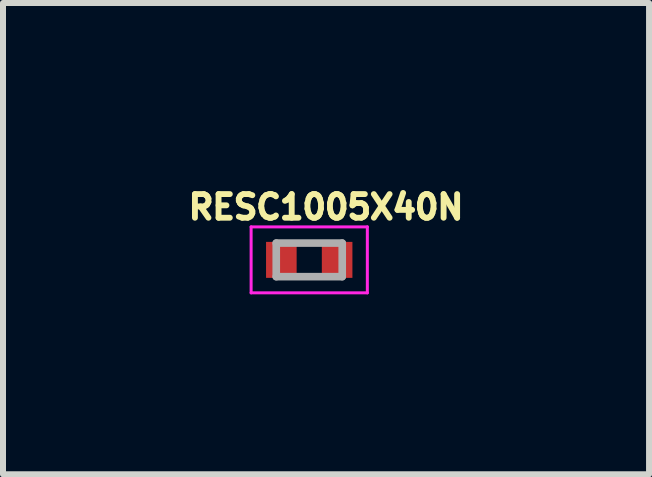
<source format=kicad_pcb>
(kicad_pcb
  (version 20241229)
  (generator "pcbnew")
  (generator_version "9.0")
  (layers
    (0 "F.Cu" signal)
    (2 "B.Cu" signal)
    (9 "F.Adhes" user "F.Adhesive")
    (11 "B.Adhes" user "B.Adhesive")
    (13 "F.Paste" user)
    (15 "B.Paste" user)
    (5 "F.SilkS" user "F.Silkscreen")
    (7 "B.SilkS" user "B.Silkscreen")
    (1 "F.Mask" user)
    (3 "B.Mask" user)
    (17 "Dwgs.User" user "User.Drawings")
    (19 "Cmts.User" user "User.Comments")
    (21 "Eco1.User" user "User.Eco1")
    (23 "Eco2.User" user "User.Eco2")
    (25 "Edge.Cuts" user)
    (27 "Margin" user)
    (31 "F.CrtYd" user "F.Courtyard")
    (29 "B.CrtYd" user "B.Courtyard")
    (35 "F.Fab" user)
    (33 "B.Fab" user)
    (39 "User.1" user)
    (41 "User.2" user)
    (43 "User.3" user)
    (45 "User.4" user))
  (footprint "RESC1005X40N"
    (layer "F.Cu")
    (at 2.106 1.283)
    (property "Reference" "RESC1005X40N" (at 0.28 -0.88 0) (layer "F.SilkS") (effects (font (size 0.394 0.394) (thickness 0.098))))
    (attr smd)
    (fp_line (start -0.969 -0.55) (end 0.969 -0.55) (stroke (width 0.05) (type solid)) (layer "F.CrtYd"))
    (fp_line (start -0.969 0.55) (end -0.969 -0.55) (stroke (width 0.05) (type solid)) (layer "F.CrtYd"))
    (fp_line (start -0.969 0.55) (end 0.969 0.55) (stroke (width 0.05) (type solid)) (layer "F.CrtYd"))
    (fp_line (start 0.969 0.55) (end 0.969 -0.55) (stroke (width 0.05) (type solid)) (layer "F.CrtYd"))
    (fp_line (start -0.55 0.28) (end -0.55 -0.28) (stroke (width 0.127) (type solid)) (layer "F.Fab"))
    (fp_line (start 0.55 -0.28) (end -0.55 -0.28) (stroke (width 0.127) (type solid)) (layer "F.Fab"))
    (fp_line (start 0.55 0.28) (end -0.55 0.28) (stroke (width 0.127) (type solid)) (layer "F.Fab"))
    (fp_line (start 0.55 0.28) (end 0.55 -0.28) (stroke (width 0.127) (type solid)) (layer "F.Fab"))
    (pad "1" smd rect (at -0.465 0) (size 0.51 0.6) (layers "F.Cu" "F.Mask" "F.Paste"))
    (pad "2" smd rect (at 0.465 0) (size 0.51 0.6) (layers "F.Cu" "F.Mask" "F.Paste")))
  (gr_rect
    (start -3 -3)
    (end 7.772 4.858)
    (stroke (width 0.1) (type default))
    (fill no)
    (layer "Edge.Cuts")))
</source>
